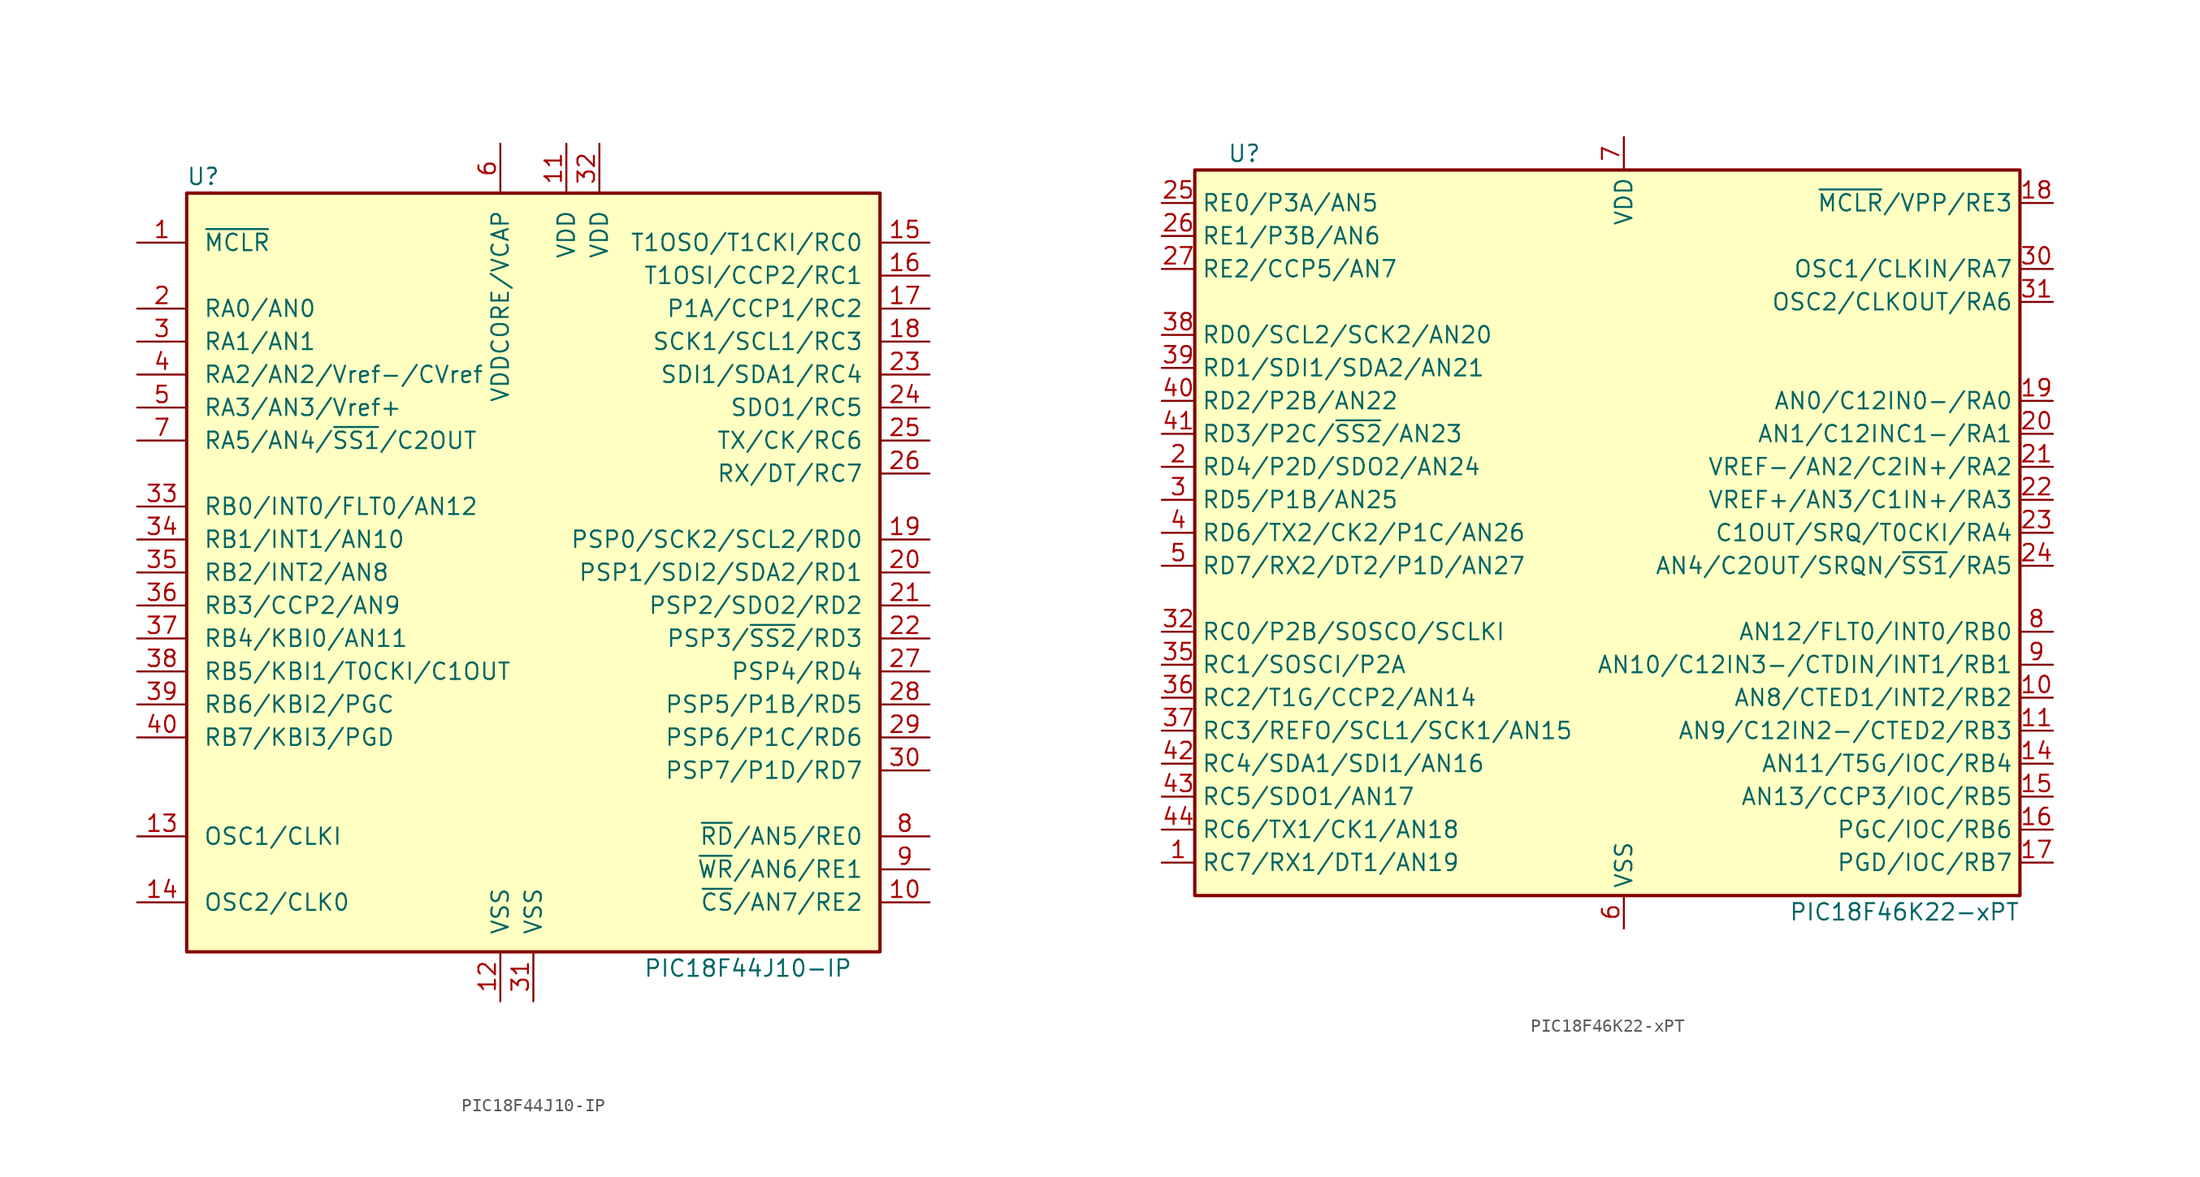
<source format=kicad_sym>
(kicad_symbol_lib
  (version 20201005)
  (generator kicad_symbol_editor)
  (symbol "PIC18F44J10-IP"
    (pin_names
      (offset 1.27))
    (property "Reference" "U"
      (at -25.4 30.48 0)
      (effects (font (size 1.27 1.27))))
    (property "Value" "PIC18F44J10-IP"
      (at 16.51 -30.48 0)
      (effects (font (size 1.27 1.27))))
    (symbol "PIC18F44J10-IP_0_0"
      (rectangle (start -26.67 -29.21) (end 26.67 29.21) (stroke (width 0.254)) (fill (type background))))
    (symbol "PIC18F44J10-IP_1_1"
      (pin input line (at -30.48 25.4 0) (length 3.81) (name "~MCLR~" (effects (font (size 1.27 1.27)))) (number "1" (effects (font (size 1.27 1.27)))))
      (pin tri_state line (at 30.48 -25.4 180) (length 3.81) (name "~CS~/AN7/RE2" (effects (font (size 1.27 1.27)))) (number "10" (effects (font (size 1.27 1.27)))))
      (pin power_in line (at 2.54 33.02 270) (length 3.81) (name "VDD" (effects (font (size 1.27 1.27)))) (number "11" (effects (font (size 1.27 1.27)))))
      (pin power_in line (at -2.54 -33.02 90) (length 3.81) (name "VSS" (effects (font (size 1.27 1.27)))) (number "12" (effects (font (size 1.27 1.27)))))
      (pin input line (at -30.48 -20.32 0) (length 3.81) (name "OSC1/CLKI" (effects (font (size 1.27 1.27)))) (number "13" (effects (font (size 1.27 1.27)))))
      (pin output line (at -30.48 -25.4 0) (length 3.81) (name "OSC2/CLK0" (effects (font (size 1.27 1.27)))) (number "14" (effects (font (size 1.27 1.27)))))
      (pin tri_state line (at 30.48 25.4 180) (length 3.81) (name "T1OSO/T1CKI/RC0" (effects (font (size 1.27 1.27)))) (number "15" (effects (font (size 1.27 1.27)))))
      (pin tri_state line (at 30.48 22.86 180) (length 3.81) (name "T1OSI/CCP2/RC1" (effects (font (size 1.27 1.27)))) (number "16" (effects (font (size 1.27 1.27)))))
      (pin tri_state line (at 30.48 20.32 180) (length 3.81) (name "P1A/CCP1/RC2" (effects (font (size 1.27 1.27)))) (number "17" (effects (font (size 1.27 1.27)))))
      (pin tri_state line (at 30.48 17.78 180) (length 3.81) (name "SCK1/SCL1/RC3" (effects (font (size 1.27 1.27)))) (number "18" (effects (font (size 1.27 1.27)))))
      (pin tri_state line (at 30.48 2.54 180) (length 3.81) (name "PSP0/SCK2/SCL2/RD0" (effects (font (size 1.27 1.27)))) (number "19" (effects (font (size 1.27 1.27)))))
      (pin tri_state line (at -30.48 20.32 0) (length 3.81) (name "RA0/AN0" (effects (font (size 1.27 1.27)))) (number "2" (effects (font (size 1.27 1.27)))))
      (pin tri_state line (at 30.48 0 180) (length 3.81) (name "PSP1/SDI2/SDA2/RD1" (effects (font (size 1.27 1.27)))) (number "20" (effects (font (size 1.27 1.27)))))
      (pin tri_state line (at 30.48 -2.54 180) (length 3.81) (name "PSP2/SDO2/RD2" (effects (font (size 1.27 1.27)))) (number "21" (effects (font (size 1.27 1.27)))))
      (pin tri_state line (at 30.48 -5.08 180) (length 3.81) (name "PSP3/~SS2~/RD3" (effects (font (size 1.27 1.27)))) (number "22" (effects (font (size 1.27 1.27)))))
      (pin tri_state line (at 30.48 15.24 180) (length 3.81) (name "SDI1/SDA1/RC4" (effects (font (size 1.27 1.27)))) (number "23" (effects (font (size 1.27 1.27)))))
      (pin tri_state line (at 30.48 12.7 180) (length 3.81) (name "SDO1/RC5" (effects (font (size 1.27 1.27)))) (number "24" (effects (font (size 1.27 1.27)))))
      (pin tri_state line (at 30.48 10.16 180) (length 3.81) (name "TX/CK/RC6" (effects (font (size 1.27 1.27)))) (number "25" (effects (font (size 1.27 1.27)))))
      (pin tri_state line (at 30.48 7.62 180) (length 3.81) (name "RX/DT/RC7" (effects (font (size 1.27 1.27)))) (number "26" (effects (font (size 1.27 1.27)))))
      (pin tri_state line (at 30.48 -7.62 180) (length 3.81) (name "PSP4/RD4" (effects (font (size 1.27 1.27)))) (number "27" (effects (font (size 1.27 1.27)))))
      (pin tri_state line (at 30.48 -10.16 180) (length 3.81) (name "PSP5/P1B/RD5" (effects (font (size 1.27 1.27)))) (number "28" (effects (font (size 1.27 1.27)))))
      (pin tri_state line (at 30.48 -12.7 180) (length 3.81) (name "PSP6/P1C/RD6" (effects (font (size 1.27 1.27)))) (number "29" (effects (font (size 1.27 1.27)))))
      (pin tri_state line (at -30.48 17.78 0) (length 3.81) (name "RA1/AN1" (effects (font (size 1.27 1.27)))) (number "3" (effects (font (size 1.27 1.27)))))
      (pin tri_state line (at 30.48 -15.24 180) (length 3.81) (name "PSP7/P1D/RD7" (effects (font (size 1.27 1.27)))) (number "30" (effects (font (size 1.27 1.27)))))
      (pin power_in line (at 0 -33.02 90) (length 3.81) (name "VSS" (effects (font (size 1.27 1.27)))) (number "31" (effects (font (size 1.27 1.27)))))
      (pin power_in line (at 5.08 33.02 270) (length 3.81) (name "VDD" (effects (font (size 1.27 1.27)))) (number "32" (effects (font (size 1.27 1.27)))))
      (pin tri_state line (at -30.48 5.08 0) (length 3.81) (name "RB0/INT0/FLT0/AN12" (effects (font (size 1.27 1.27)))) (number "33" (effects (font (size 1.27 1.27)))))
      (pin tri_state line (at -30.48 2.54 0) (length 3.81) (name "RB1/INT1/AN10" (effects (font (size 1.27 1.27)))) (number "34" (effects (font (size 1.27 1.27)))))
      (pin tri_state line (at -30.48 0 0) (length 3.81) (name "RB2/INT2/AN8" (effects (font (size 1.27 1.27)))) (number "35" (effects (font (size 1.27 1.27)))))
      (pin tri_state line (at -30.48 -2.54 0) (length 3.81) (name "RB3/CCP2/AN9" (effects (font (size 1.27 1.27)))) (number "36" (effects (font (size 1.27 1.27)))))
      (pin tri_state line (at -30.48 -5.08 0) (length 3.81) (name "RB4/KBI0/AN11" (effects (font (size 1.27 1.27)))) (number "37" (effects (font (size 1.27 1.27)))))
      (pin tri_state line (at -30.48 -7.62 0) (length 3.81) (name "RB5/KBI1/T0CKI/C1OUT" (effects (font (size 1.27 1.27)))) (number "38" (effects (font (size 1.27 1.27)))))
      (pin tri_state line (at -30.48 -10.16 0) (length 3.81) (name "RB6/KBI2/PGC" (effects (font (size 1.27 1.27)))) (number "39" (effects (font (size 1.27 1.27)))))
      (pin tri_state line (at -30.48 15.24 0) (length 3.81) (name "RA2/AN2/Vref-/CVref" (effects (font (size 1.27 1.27)))) (number "4" (effects (font (size 1.27 1.27)))))
      (pin tri_state line (at -30.48 -12.7 0) (length 3.81) (name "RB7/KBI3/PGD" (effects (font (size 1.27 1.27)))) (number "40" (effects (font (size 1.27 1.27)))))
      (pin tri_state line (at -30.48 12.7 0) (length 3.81) (name "RA3/AN3/Vref+" (effects (font (size 1.27 1.27)))) (number "5" (effects (font (size 1.27 1.27)))))
      (pin passive line (at -2.54 33.02 270) (length 3.81) (name "VDDCORE/VCAP" (effects (font (size 1.27 1.27)))) (number "6" (effects (font (size 1.27 1.27)))))
      (pin tri_state line (at -30.48 10.16 0) (length 3.81) (name "RA5/AN4/~SS1~/C2OUT" (effects (font (size 1.27 1.27)))) (number "7" (effects (font (size 1.27 1.27)))))
      (pin tri_state line (at 30.48 -20.32 180) (length 3.81) (name "~RD~/AN5/RE0" (effects (font (size 1.27 1.27)))) (number "8" (effects (font (size 1.27 1.27)))))
      (pin tri_state line (at 30.48 -22.86 180) (length 3.81) (name "~WR~/AN6/RE1" (effects (font (size 1.27 1.27)))) (number "9" (effects (font (size 1.27 1.27)))))))
  (symbol "PIC18F46K22-xPT"
    (property "Reference" "U"
      (at -29.21 29.21 0)
      (effects (font (size 1.27 1.27))))
    (property "Value" "PIC18F46K22-xPT"
      (at 21.59 -29.21 0)
      (effects (font (size 1.27 1.27))))
    (symbol "PIC18F46K22-xPT_0_1"
      (rectangle (start -33.02 27.94) (end 30.48 -27.94) (stroke (width 0.254)) (fill (type background))))
    (symbol "PIC18F46K22-xPT_1_1"
      (pin bidirectional line (at -35.56 -25.4 0) (length 2.54) (name "RC7/RX1/DT1/AN19" (effects (font (size 1.27 1.27)))) (number "1" (effects (font (size 1.27 1.27)))))
      (pin bidirectional line (at 33.02 -12.7 180) (length 2.54) (name "AN8/CTED1/INT2/RB2" (effects (font (size 1.27 1.27)))) (number "10" (effects (font (size 1.27 1.27)))))
      (pin bidirectional line (at 33.02 -15.24 180) (length 2.54) (name "AN9/C12IN2-/CTED2/RB3" (effects (font (size 1.27 1.27)))) (number "11" (effects (font (size 1.27 1.27)))))
      (pin no_connect line (at -10.16 -27.94 90) (length 2.54) hide (name "NC" (effects (font (size 1.27 1.27)))) (number "12" (effects (font (size 1.27 1.27)))))
      (pin no_connect line (at -7.62 -27.94 90) (length 2.54) hide (name "NC" (effects (font (size 1.27 1.27)))) (number "13" (effects (font (size 1.27 1.27)))))
      (pin bidirectional line (at 33.02 -17.78 180) (length 2.54) (name "AN11/T5G/IOC/RB4" (effects (font (size 1.27 1.27)))) (number "14" (effects (font (size 1.27 1.27)))))
      (pin bidirectional line (at 33.02 -20.32 180) (length 2.54) (name "AN13/CCP3/IOC/RB5" (effects (font (size 1.27 1.27)))) (number "15" (effects (font (size 1.27 1.27)))))
      (pin bidirectional line (at 33.02 -22.86 180) (length 2.54) (name "PGC/IOC/RB6" (effects (font (size 1.27 1.27)))) (number "16" (effects (font (size 1.27 1.27)))))
      (pin bidirectional line (at 33.02 -25.4 180) (length 2.54) (name "PGD/IOC/RB7" (effects (font (size 1.27 1.27)))) (number "17" (effects (font (size 1.27 1.27)))))
      (pin bidirectional line (at 33.02 25.4 180) (length 2.54) (name "~MCLR~/VPP/RE3" (effects (font (size 1.27 1.27)))) (number "18" (effects (font (size 1.27 1.27)))))
      (pin bidirectional line (at 33.02 10.16 180) (length 2.54) (name "AN0/C12IN0-/RA0" (effects (font (size 1.27 1.27)))) (number "19" (effects (font (size 1.27 1.27)))))
      (pin bidirectional line (at -35.56 5.08 0) (length 2.54) (name "RD4/P2D/SDO2/AN24" (effects (font (size 1.27 1.27)))) (number "2" (effects (font (size 1.27 1.27)))))
      (pin bidirectional line (at 33.02 7.62 180) (length 2.54) (name "AN1/C12INC1-/RA1" (effects (font (size 1.27 1.27)))) (number "20" (effects (font (size 1.27 1.27)))))
      (pin bidirectional line (at 33.02 5.08 180) (length 2.54) (name "VREF-/AN2/C2IN+/RA2" (effects (font (size 1.27 1.27)))) (number "21" (effects (font (size 1.27 1.27)))))
      (pin bidirectional line (at 33.02 2.54 180) (length 2.54) (name "VREF+/AN3/C1IN+/RA3" (effects (font (size 1.27 1.27)))) (number "22" (effects (font (size 1.27 1.27)))))
      (pin bidirectional line (at 33.02 0 180) (length 2.54) (name "C1OUT/SRQ/T0CKI/RA4" (effects (font (size 1.27 1.27)))) (number "23" (effects (font (size 1.27 1.27)))))
      (pin bidirectional line (at 33.02 -2.54 180) (length 2.54) (name "AN4/C2OUT/SRQN/~SS1~/RA5" (effects (font (size 1.27 1.27)))) (number "24" (effects (font (size 1.27 1.27)))))
      (pin bidirectional line (at -35.56 25.4 0) (length 2.54) (name "RE0/P3A/AN5" (effects (font (size 1.27 1.27)))) (number "25" (effects (font (size 1.27 1.27)))))
      (pin bidirectional line (at -35.56 22.86 0) (length 2.54) (name "RE1/P3B/AN6" (effects (font (size 1.27 1.27)))) (number "26" (effects (font (size 1.27 1.27)))))
      (pin bidirectional line (at -35.56 20.32 0) (length 2.54) (name "RE2/CCP5/AN7" (effects (font (size 1.27 1.27)))) (number "27" (effects (font (size 1.27 1.27)))))
      (pin passive line (at 0 30.48 270) (length 2.54) hide (name "VDD" (effects (font (size 1.27 1.27)))) (number "28" (effects (font (size 1.27 1.27)))))
      (pin passive line (at 0 -30.48 90) (length 2.54) hide (name "VSS" (effects (font (size 1.27 1.27)))) (number "29" (effects (font (size 1.27 1.27)))))
      (pin bidirectional line (at -35.56 2.54 0) (length 2.54) (name "RD5/P1B/AN25" (effects (font (size 1.27 1.27)))) (number "3" (effects (font (size 1.27 1.27)))))
      (pin bidirectional line (at 33.02 20.32 180) (length 2.54) (name "OSC1/CLKIN/RA7" (effects (font (size 1.27 1.27)))) (number "30" (effects (font (size 1.27 1.27)))))
      (pin bidirectional line (at 33.02 17.78 180) (length 2.54) (name "OSC2/CLKOUT/RA6" (effects (font (size 1.27 1.27)))) (number "31" (effects (font (size 1.27 1.27)))))
      (pin bidirectional line (at -35.56 -7.62 0) (length 2.54) (name "RC0/P2B/SOSCO/SCLKI" (effects (font (size 1.27 1.27)))) (number "32" (effects (font (size 1.27 1.27)))))
      (pin no_connect line (at -5.08 -27.94 90) (length 2.54) hide (name "NC" (effects (font (size 1.27 1.27)))) (number "33" (effects (font (size 1.27 1.27)))))
      (pin no_connect line (at -2.54 -27.94 90) (length 2.54) hide (name "NC" (effects (font (size 1.27 1.27)))) (number "34" (effects (font (size 1.27 1.27)))))
      (pin bidirectional line (at -35.56 -10.16 0) (length 2.54) (name "RC1/SOSCI/P2A" (effects (font (size 1.27 1.27)))) (number "35" (effects (font (size 1.27 1.27)))))
      (pin bidirectional line (at -35.56 -12.7 0) (length 2.54) (name "RC2/T1G/CCP2/AN14" (effects (font (size 1.27 1.27)))) (number "36" (effects (font (size 1.27 1.27)))))
      (pin bidirectional line (at -35.56 -15.24 0) (length 2.54) (name "RC3/REFO/SCL1/SCK1/AN15" (effects (font (size 1.27 1.27)))) (number "37" (effects (font (size 1.27 1.27)))))
      (pin bidirectional line (at -35.56 15.24 0) (length 2.54) (name "RD0/SCL2/SCK2/AN20" (effects (font (size 1.27 1.27)))) (number "38" (effects (font (size 1.27 1.27)))))
      (pin bidirectional line (at -35.56 12.7 0) (length 2.54) (name "RD1/SDI1/SDA2/AN21" (effects (font (size 1.27 1.27)))) (number "39" (effects (font (size 1.27 1.27)))))
      (pin bidirectional line (at -35.56 0 0) (length 2.54) (name "RD6/TX2/CK2/P1C/AN26" (effects (font (size 1.27 1.27)))) (number "4" (effects (font (size 1.27 1.27)))))
      (pin bidirectional line (at -35.56 10.16 0) (length 2.54) (name "RD2/P2B/AN22" (effects (font (size 1.27 1.27)))) (number "40" (effects (font (size 1.27 1.27)))))
      (pin bidirectional line (at -35.56 7.62 0) (length 2.54) (name "RD3/P2C/~SS2~/AN23" (effects (font (size 1.27 1.27)))) (number "41" (effects (font (size 1.27 1.27)))))
      (pin bidirectional line (at -35.56 -17.78 0) (length 2.54) (name "RC4/SDA1/SDI1/AN16" (effects (font (size 1.27 1.27)))) (number "42" (effects (font (size 1.27 1.27)))))
      (pin bidirectional line (at -35.56 -20.32 0) (length 2.54) (name "RC5/SDO1/AN17" (effects (font (size 1.27 1.27)))) (number "43" (effects (font (size 1.27 1.27)))))
      (pin bidirectional line (at -35.56 -22.86 0) (length 2.54) (name "RC6/TX1/CK1/AN18" (effects (font (size 1.27 1.27)))) (number "44" (effects (font (size 1.27 1.27)))))
      (pin bidirectional line (at -35.56 -2.54 0) (length 2.54) (name "RD7/RX2/DT2/P1D/AN27" (effects (font (size 1.27 1.27)))) (number "5" (effects (font (size 1.27 1.27)))))
      (pin power_in line (at 0 -30.48 90) (length 2.54) (name "VSS" (effects (font (size 1.27 1.27)))) (number "6" (effects (font (size 1.27 1.27)))))
      (pin power_in line (at 0 30.48 270) (length 2.54) (name "VDD" (effects (font (size 1.27 1.27)))) (number "7" (effects (font (size 1.27 1.27)))))
      (pin bidirectional line (at 33.02 -7.62 180) (length 2.54) (name "AN12/FLT0/INT0/RB0" (effects (font (size 1.27 1.27)))) (number "8" (effects (font (size 1.27 1.27)))))
      (pin bidirectional line (at 33.02 -10.16 180) (length 2.54) (name "AN10/C12IN3-/CTDIN/INT1/RB1" (effects (font (size 1.27 1.27)))) (number "9" (effects (font (size 1.27 1.27))))))))
</source>
